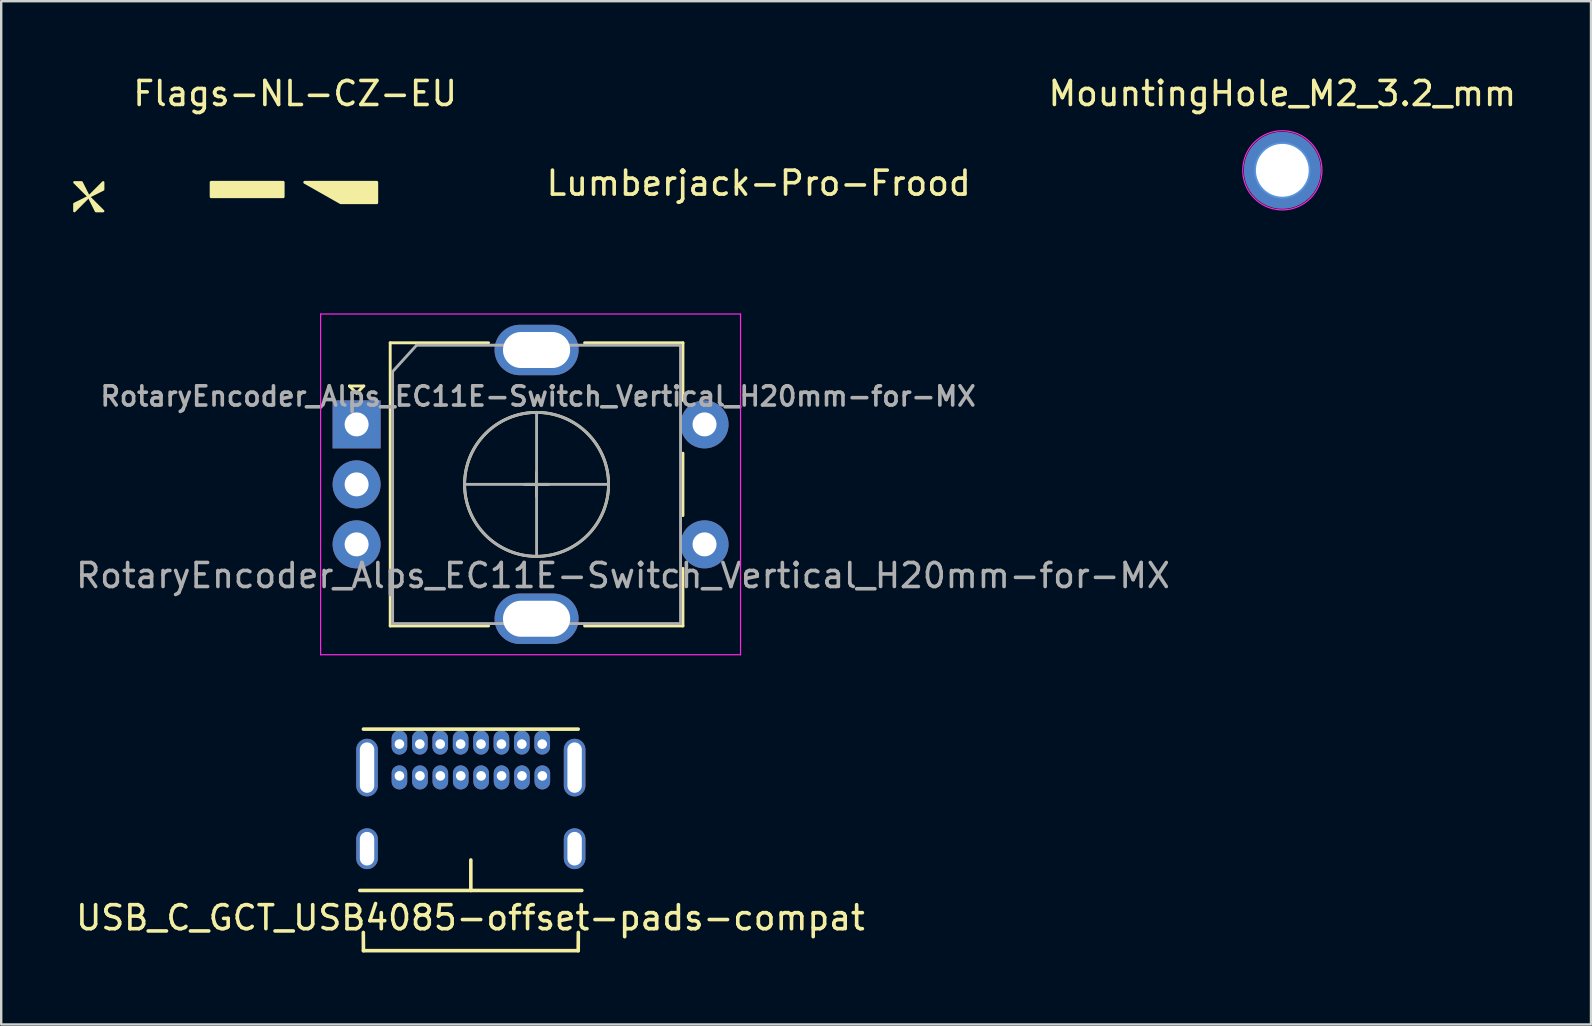
<source format=kicad_pcb>
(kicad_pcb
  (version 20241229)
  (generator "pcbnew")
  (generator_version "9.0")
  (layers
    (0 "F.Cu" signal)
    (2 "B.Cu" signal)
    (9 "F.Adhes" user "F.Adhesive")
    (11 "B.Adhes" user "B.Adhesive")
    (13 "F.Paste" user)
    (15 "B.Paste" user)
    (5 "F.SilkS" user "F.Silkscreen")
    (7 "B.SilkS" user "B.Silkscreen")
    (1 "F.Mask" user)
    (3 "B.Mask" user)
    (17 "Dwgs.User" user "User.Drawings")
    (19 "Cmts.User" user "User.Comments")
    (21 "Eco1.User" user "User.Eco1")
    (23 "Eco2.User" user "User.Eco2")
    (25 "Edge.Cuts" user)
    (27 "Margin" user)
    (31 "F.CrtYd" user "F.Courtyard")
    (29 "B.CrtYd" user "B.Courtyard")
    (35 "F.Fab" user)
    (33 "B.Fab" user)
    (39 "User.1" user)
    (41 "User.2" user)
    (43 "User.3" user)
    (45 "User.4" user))
  (footprint "Flags-NL-CZ-EU"
    (layer "F.Cu")
    (at 9.25 5.248)
    (property "Reference" "Flags-NL-CZ-EU" (at 0 -4.4 0) (layer "F.SilkS") (effects (font (size 1 1) (thickness 0.15))))
    (attr through_hole)
    (fp_line (start -3.5 -0.7) (end -0.5 -0.7) (stroke (width 0.12) (type solid)) (layer "F.Mask"))
    (fp_line (start -3.5 1.1) (end -3.5 -0.7) (stroke (width 0.12) (type solid)) (layer "F.Mask"))
    (fp_line (start -0.5 -0.7) (end -0.5 1.1) (stroke (width 0.12) (type solid)) (layer "F.Mask"))
    (fp_line (start -0.5 1.1) (end -3.5 1.1) (stroke (width 0.12) (type solid)) (layer "F.Mask"))
    (fp_line (start 0.4 -0.7) (end 3.4 -0.7) (stroke (width 0.12) (type solid)) (layer "F.Mask"))
    (fp_line (start 0.4 1.1) (end 0.4 -0.7) (stroke (width 0.12) (type solid)) (layer "F.Mask"))
    (fp_line (start 3.4 -0.7) (end 3.4 1.1) (stroke (width 0.12) (type solid)) (layer "F.Mask"))
    (fp_line (start 3.4 1.1) (end 0.4 1.1) (stroke (width 0.12) (type solid)) (layer "F.Mask"))
    (fp_circle (center 5.2 0.2) (end 5.341 0.2) (stroke (width 0.12) (type solid)) (fill no) (layer "F.Mask"))
    (fp_circle (center 5.3 -0.1) (end 5.441 -0.1) (stroke (width 0.12) (type solid)) (fill no) (layer "F.Mask"))
    (fp_circle (center 5.3 0.5) (end 5.441 0.5) (stroke (width 0.12) (type solid)) (fill no) (layer "F.Mask"))
    (fp_circle (center 5.5 -0.3) (end 5.641 -0.3) (stroke (width 0.12) (type solid)) (fill no) (layer "F.Mask"))
    (fp_circle (center 5.5 0.7) (end 5.641 0.7) (stroke (width 0.12) (type solid)) (fill no) (layer "F.Mask"))
    (fp_circle (center 5.8 -0.4) (end 5.941 -0.4) (stroke (width 0.12) (type solid)) (fill no) (layer "F.Mask"))
    (fp_circle (center 5.8 0.2) (end 6.024 0.2) (stroke (width 0.5) (type solid)) (fill no) (layer "F.Mask"))
    (fp_circle (center 5.8 0.2) (end 6.5 0.5) (stroke (width 0.16) (type solid)) (fill no) (layer "F.Mask"))
    (fp_circle (center 5.8 0.8) (end 5.941 0.8) (stroke (width 0.12) (type solid)) (fill no) (layer "F.Mask"))
    (fp_circle (center 6.1 -0.3) (end 6.241 -0.3) (stroke (width 0.12) (type solid)) (fill no) (layer "F.Mask"))
    (fp_circle (center 6.1 0.7) (end 6.241 0.7) (stroke (width 0.12) (type solid)) (fill no) (layer "F.Mask"))
    (fp_circle (center 6.3 -0.1) (end 6.441 -0.1) (stroke (width 0.12) (type solid)) (fill no) (layer "F.Mask"))
    (fp_circle (center 6.3 0.5) (end 6.441 0.5) (stroke (width 0.12) (type solid)) (fill no) (layer "F.Mask"))
    (fp_circle (center 6.4 0.2) (end 6.541 0.2) (stroke (width 0.12) (type solid)) (fill no) (layer "F.Mask"))
    (fp_poly (pts (xy -0.5 1.1) (xy -3.5 1.1) (xy -3.5 0.6) (xy -0.5 0.6)) (stroke (width 0.1) (type solid)) (fill yes) (layer "F.Mask"))
    (fp_poly (pts (xy 3.4 1.1) (xy 0.4 1.1) (xy 1.9 0.2) (xy 3.4 0.2)) (stroke (width 0.1) (type solid)) (fill yes) (layer "F.Mask"))
    (fp_poly (pts (xy -8.2 0.7) (xy -8.2 1.1) (xy -9 1.1) (xy -9 0.7) (xy -8.7 -0.2) (xy -8.5 -0.2)) (stroke (width 0.1) (type solid)) (fill yes) (layer "F.Mask"))
    (fp_poly (pts (xy 5.8 -0.6) (xy 5.6 -0.6) (xy 5.2 -0.4) (xy 5 0) (xy 5 0.4) (xy 5.2 0.8) (xy 5.5 1) (xy 5.8 1) (xy 5.8 1.1) (xy 4.3 1.1) (xy 4.3 -0.7) (xy 5.8 -0.7)) (stroke (width 0.12) (type solid)) (fill yes) (layer "F.Mask"))
    (fp_poly (pts (xy 5.8 1) (xy 6 1) (xy 6.4 0.8) (xy 6.6 0.4) (xy 6.6 0) (xy 6.4 -0.4) (xy 6.1 -0.6) (xy 5.8 -0.6) (xy 5.8 -0.7) (xy 7.3 -0.7) (xy 7.3 1.1) (xy 5.8 1.1)) (stroke (width 0.12) (type solid)) (fill yes) (layer "F.Mask"))
    (fp_poly (pts (xy -8.6 -0.1) (xy -9.2 -0.7) (xy -8.9 -0.7)) (stroke (width 0.1) (type solid)) (fill yes) (layer "F.SilkS"))
    (fp_poly (pts (xy -8.6 -0.1) (xy -9.2 0.5) (xy -9.2 0.2)) (stroke (width 0.1) (type solid)) (fill yes) (layer "F.SilkS"))
    (fp_poly (pts (xy -8.6 -0.1) (xy -8 -0.7) (xy -8 -0.4)) (stroke (width 0.1) (type solid)) (fill yes) (layer "F.SilkS"))
    (fp_poly (pts (xy -8.6 -0.1) (xy -8 0.5) (xy -8.3 0.5)) (stroke (width 0.1) (type solid)) (fill yes) (layer "F.SilkS"))
    (fp_poly (pts (xy -0.5 -0.1) (xy -3.5 -0.1) (xy -3.5 -0.7) (xy -0.5 -0.7)) (stroke (width 0.12) (type solid)) (fill yes) (layer "F.SilkS"))
    (fp_poly (pts (xy 0.4 -0.7) (xy 1.9 0.15) (xy 3.4 0.15) (xy 3.4 -0.7)) (stroke (width 0.12) (type solid)) (fill yes) (layer "F.SilkS"))
    (fp_text user "NL" (at -5.8 0.3 0) (layer "F.Mask") (effects (font (size 1.6 1.6) (thickness 0.3)))))
  (footprint "USB_C_GCT_USB4085-offset-pads-compat"
    (layer "F.Cu")
    (at 16.571 34.059)
    (property "Reference" "USB_C_GCT_USB4085-offset-pads-compat" (at -0.017 1.137 0) (layer "F.SilkS") (effects (font (size 1 1) (thickness 0.15))))
    (attr through_hole)
    (fp_line (start -4.625 0) (end 4.625 0) (stroke (width 0.15) (type solid)) (layer "F.SilkS"))
    (fp_line (start -4.475 -6.723) (end 4.475 -6.723) (stroke (width 0.15) (type solid)) (layer "F.SilkS"))
    (fp_line (start -4.475 2.51) (end -4.48 1.75) (stroke (width 0.15) (type solid)) (layer "F.SilkS"))
    (fp_line (start -4.475 2.51) (end 4.475 2.51) (stroke (width 0.15) (type solid)) (layer "F.SilkS"))
    (fp_line (start 0 0) (end 0 -1.27) (stroke (width 0.15) (type solid)) (layer "F.SilkS"))
    (fp_line (start 4.48 1.75) (end 4.475 2.51) (stroke (width 0.15) (type solid)) (layer "F.SilkS"))
    (pad "" thru_hole oval (at -1.27 -4.775) (size 0.65 1) (drill 0.4 (offset 0 0.064)) (layers "*.Cu" "*.Mask"))
    (pad "" thru_hole oval (at 1.275 -6.1) (size 0.65 1) (drill 0.4 (offset 0 -0.064)) (layers "*.Cu" "*.Mask"))
    (pad "CC1" thru_hole oval (at -1.275 -6.1) (size 0.65 1) (drill 0.4 (offset 0 -0.064)) (layers "*.Cu" "*.Mask"))
    (pad "CC2" thru_hole oval (at 1.28 -4.775) (size 0.65 1) (drill 0.4 (offset 0 0.064)) (layers "*.Cu" "*.Mask"))
    (pad "D+" thru_hole oval (at -0.425 -6.1) (size 0.65 1) (drill 0.4 (offset 0 -0.064)) (layers "*.Cu" "*.Mask"))
    (pad "D+" thru_hole oval (at 0.43 -4.775) (size 0.65 1) (drill 0.4 (offset 0 0.064)) (layers "*.Cu" "*.Mask"))
    (pad "D-" thru_hole oval (at -0.42 -4.775) (size 0.65 1) (drill 0.4 (offset 0 0.064)) (layers "*.Cu" "*.Mask"))
    (pad "D-" thru_hole oval (at 0.425 -6.1) (size 0.65 1) (drill 0.4 (offset 0 -0.064)) (layers "*.Cu" "*.Mask"))
    (pad "GND" thru_hole oval (at -2.975 -6.1) (size 0.65 1) (drill 0.4 (offset 0 -0.064)) (layers "*.Cu" "*.Mask"))
    (pad "GND" thru_hole oval (at -2.975 -4.775) (size 0.65 1) (drill 0.4 (offset 0 0.064)) (layers "*.Cu" "*.Mask"))
    (pad "GND" thru_hole oval (at 2.975 -6.1) (size 0.65 1) (drill 0.4 (offset 0 -0.064)) (layers "*.Cu" "*.Mask"))
    (pad "GND" thru_hole oval (at 2.98 -4.775) (size 0.65 1) (drill 0.4 (offset 0 0.064)) (layers "*.Cu" "*.Mask"))
    (pad "S1" thru_hole oval (at -4.325 -5.12) (size 0.9 2.4) (drill oval 0.6 2.1) (layers "*.Cu" "*.Mask"))
    (pad "S2" thru_hole oval (at 4.325 -5.12) (size 0.9 2.4) (drill oval 0.6 2.1) (layers "*.Cu" "*.Mask"))
    (pad "S3" thru_hole oval (at -4.325 -1.74) (size 0.9 1.7) (drill oval 0.6 1.4) (layers "*.Cu" "*.Mask"))
    (pad "S4" thru_hole oval (at 4.325 -1.74) (size 0.9 1.7) (drill oval 0.6 1.4) (layers "*.Cu" "*.Mask"))
    (pad "V+" thru_hole oval (at -2.125 -6.1) (size 0.65 1) (drill 0.4 (offset 0 -0.064)) (layers "*.Cu" "*.Mask"))
    (pad "V+" thru_hole oval (at -2.12 -4.775) (size 0.65 1) (drill 0.4 (offset 0 0.064)) (layers "*.Cu" "*.Mask"))
    (pad "V+" thru_hole oval (at 2.125 -6.1) (size 0.65 1) (drill 0.4 (offset 0 -0.064)) (layers "*.Cu" "*.Mask"))
    (pad "V+" thru_hole oval (at 2.13 -4.775) (size 0.65 1) (drill 0.4 (offset 0 0.064)) (layers "*.Cu" "*.Mask")))
  (footprint "MountingHole_M2_3.2_mm"
    (layer "F.Cu")
    (at 50.39 4.048)
    (property "Reference" "MountingHole_M2_3.2_mm" (at 0 -3.2 0) (layer "F.SilkS") (effects (font (size 1 1) (thickness 0.15))))
    (attr exclude_from_pos_files exclude_from_bom)
    (fp_circle (center 0 0) (end 1.1 0) (stroke (width 0.15) (type solid)) (fill no) (layer "Cmts.User"))
    (fp_circle (center 0 0) (end 1.65 0) (stroke (width 0.05) (type solid)) (fill no) (layer "F.CrtYd"))
    (pad "" np_thru_hole circle (at 0 0) (size 3.2 3.2) (drill 2.2) (layers "*.Cu" "*.Mask")))
  (footprint "RotaryEncoder_Alps_EC11E-Switch_Vertical_H20mm-for-MX"
    (layer "F.Cu")
    (at 19.311 17.136)
    (property "Reference" "RotaryEncoder_Alps_EC11E-Switch_Vertical_H20mm-for-MX" (at 0.064 -3.671 180) (layer "F.Fab") (effects (font (size 0.8 0.8) (thickness 0.15))))
    (attr through_hole)
    (fp_line (start -7.8 -4.1) (end -7.2 -4.1) (stroke (width 0.12) (type solid)) (layer "F.SilkS"))
    (fp_line (start -7.5 -3.8) (end -7.8 -4.1) (stroke (width 0.12) (type solid)) (layer "F.SilkS"))
    (fp_line (start -7.2 -4.1) (end -7.5 -3.8) (stroke (width 0.12) (type solid)) (layer "F.SilkS"))
    (fp_line (start -6.1 -5.9) (end -6.1 5.9) (stroke (width 0.12) (type solid)) (layer "F.SilkS"))
    (fp_line (start -2 -5.9) (end -6.1 -5.9) (stroke (width 0.12) (type solid)) (layer "F.SilkS"))
    (fp_line (start -2 5.9) (end -6.1 5.9) (stroke (width 0.12) (type solid)) (layer "F.SilkS"))
    (fp_line (start -0.5 0) (end 0.5 0) (stroke (width 0.12) (type solid)) (layer "F.SilkS"))
    (fp_line (start 0 -0.5) (end 0 0.5) (stroke (width 0.12) (type solid)) (layer "F.SilkS"))
    (fp_line (start 2 -5.9) (end 6.1 -5.9) (stroke (width 0.12) (type solid)) (layer "F.SilkS"))
    (fp_line (start 6.1 -5.9) (end 6.1 -3.5) (stroke (width 0.12) (type solid)) (layer "F.SilkS"))
    (fp_line (start 6.1 -1.3) (end 6.1 1.3) (stroke (width 0.12) (type solid)) (layer "F.SilkS"))
    (fp_line (start 6.1 3.5) (end 6.1 5.9) (stroke (width 0.12) (type solid)) (layer "F.SilkS"))
    (fp_line (start 6.1 5.9) (end 2 5.9) (stroke (width 0.12) (type solid)) (layer "F.SilkS"))
    (fp_circle (center 0 0) (end 3 0) (stroke (width 0.12) (type solid)) (fill no) (layer "F.SilkS"))
    (fp_line (start -9 -7.1) (end -9 7.1) (stroke (width 0.05) (type solid)) (layer "F.CrtYd"))
    (fp_line (start -9 -7.1) (end 8.5 -7.1) (stroke (width 0.05) (type solid)) (layer "F.CrtYd"))
    (fp_line (start 8.5 7.1) (end -9 7.1) (stroke (width 0.05) (type solid)) (layer "F.CrtYd"))
    (fp_line (start 8.5 7.1) (end 8.5 -7.1) (stroke (width 0.05) (type solid)) (layer "F.CrtYd"))
    (fp_line (start -6 -4.7) (end -5 -5.8) (stroke (width 0.12) (type solid)) (layer "F.Fab"))
    (fp_line (start -6 5.8) (end -6 -4.7) (stroke (width 0.12) (type solid)) (layer "F.Fab"))
    (fp_line (start -5 -5.8) (end 6 -5.8) (stroke (width 0.12) (type solid)) (layer "F.Fab"))
    (fp_line (start -3 0) (end 3 0) (stroke (width 0.12) (type solid)) (layer "F.Fab"))
    (fp_line (start 0 -3) (end 0 3) (stroke (width 0.12) (type solid)) (layer "F.Fab"))
    (fp_line (start 6 -5.8) (end 6 5.8) (stroke (width 0.12) (type solid)) (layer "F.Fab"))
    (fp_line (start 6 5.8) (end -6 5.8) (stroke (width 0.12) (type solid)) (layer "F.Fab"))
    (fp_circle (center 0 0) (end 3 0) (stroke (width 0.12) (type solid)) (fill no) (layer "F.Fab"))
    (fp_text user "${REFERENCE}" (at 3.6 3.8 180) (layer "F.Fab") (effects (font (size 1 1) (thickness 0.15))))
    (pad "A" thru_hole rect (at -7.5 -2.5) (size 2 2) (drill 1) (layers "*.Cu" "*.Mask"))
    (pad "B" thru_hole circle (at -7.5 2.5) (size 2 2) (drill 1) (layers "*.Cu" "*.Mask"))
    (pad "C" thru_hole circle (at -7.5 0) (size 2 2) (drill 1) (layers "*.Cu" "*.Mask"))
    (pad "MP" thru_hole oval (at 0 -5.6) (size 3.5 2.1) (drill oval 2.8 1.5) (layers "*.Cu" "*.Mask"))
    (pad "MP" thru_hole oval (at 0 5.6) (size 3.5 2.1) (drill oval 2.8 1.5) (layers "*.Cu" "*.Mask"))
    (pad "S1" thru_hole circle (at 7 2.5) (size 2 2) (drill 1) (layers "*.Cu" "*.Mask"))
    (pad "S2" thru_hole circle (at 7 -2.5) (size 2 2) (drill 1) (layers "*.Cu" "*.Mask")))
  (footprint "Lumberjack-Pro-Frood"
    (layer "F.Cu")
    (at 28.568 1.609)
    (property "Reference" "Lumberjack-Pro-Frood" (at 0 2.975 0) (layer "F.SilkS") (effects (font (size 1 1) (thickness 0.15))))
    (attr through_hole)
    (fp_line (start -3.5 0.01) (end 3.2 0) (stroke (width 0.25) (type solid)) (layer "F.Mask"))
    (fp_text user "FROOD" (at 3.55 1.7 0) (layer "F.Mask") (effects (font (size 1 1) (thickness 0.15))))
    (fp_text user "LUMBER" (at -3.3 -0.6 0) (layer "F.Mask") (effects (font (size 1 1) (thickness 0.15))))
    (fp_text user "JACK" (at -3.39 1.2 0) (layer "F.Mask") (effects (font (size 2 2) (thickness 0.25))))
    (fp_text user "PRO" (at 3.5 0 0) (layer "F.Mask") (effects (font (size 2 2) (thickness 0.25)))))
  (gr_rect
    (start -3 -3)
    (end 63.253 39.644)
    (stroke (width 0.1) (type default))
    (fill no)
    (layer "Edge.Cuts")))
</source>
